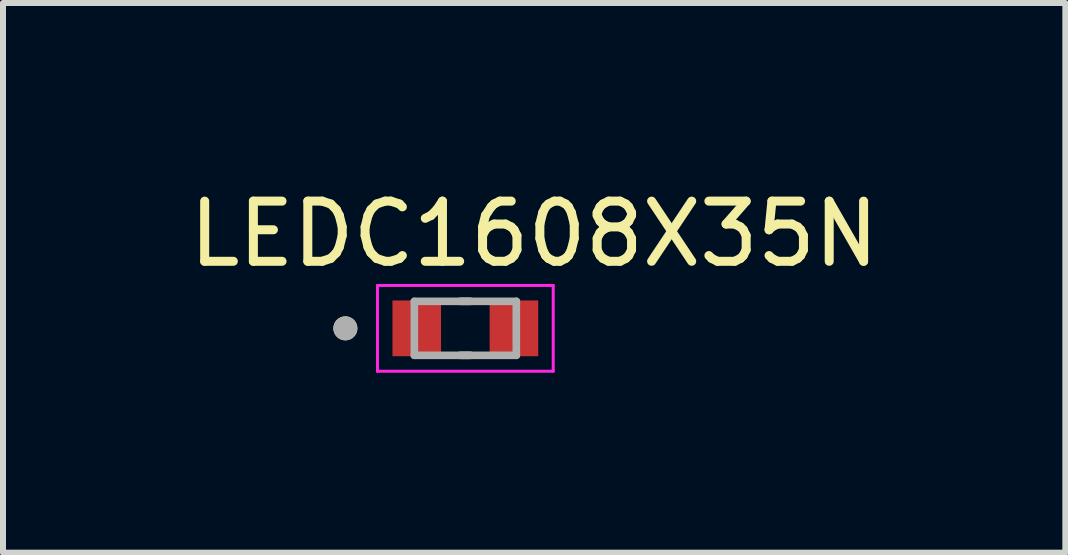
<source format=kicad_pcb>
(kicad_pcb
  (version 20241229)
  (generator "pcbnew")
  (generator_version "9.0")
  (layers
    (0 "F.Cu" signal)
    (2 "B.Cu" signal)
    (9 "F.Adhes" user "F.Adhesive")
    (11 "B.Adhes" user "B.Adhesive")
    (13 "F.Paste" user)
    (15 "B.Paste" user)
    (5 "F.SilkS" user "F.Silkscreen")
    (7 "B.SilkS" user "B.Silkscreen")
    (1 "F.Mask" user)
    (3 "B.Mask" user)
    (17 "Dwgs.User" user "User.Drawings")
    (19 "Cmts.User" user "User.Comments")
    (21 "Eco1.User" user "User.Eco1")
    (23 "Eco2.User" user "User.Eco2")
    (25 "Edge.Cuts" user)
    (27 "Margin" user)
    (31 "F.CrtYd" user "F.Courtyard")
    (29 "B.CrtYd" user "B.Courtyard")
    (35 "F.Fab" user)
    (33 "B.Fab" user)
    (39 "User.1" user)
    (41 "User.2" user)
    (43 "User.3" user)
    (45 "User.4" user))
  (footprint "LEDC1608X35N"
    (layer "F.Cu")
    (at 4.708 2.424)
    (property "Reference" "LEDC1608X35N" (at 1.147 -1.574 0) (layer "F.SilkS") (effects (font (size 1.003 1.003) (thickness 0.15))))
    (attr smd)
    (fp_line (start -0.085 -0.45) (end 0.085 -0.45) (stroke (width 0.127) (type solid)) (layer "F.SilkS"))
    (fp_line (start 0.085 0.45) (end -0.085 0.45) (stroke (width 0.127) (type solid)) (layer "F.SilkS"))
    (fp_circle (center -2 0) (end -1.9 0) (stroke (width 0.2) (type solid)) (fill no) (layer "F.SilkS"))
    (fp_line (start -1.465 -0.715) (end 1.465 -0.715) (stroke (width 0.05) (type solid)) (layer "F.CrtYd"))
    (fp_line (start -1.465 0.715) (end -1.465 -0.715) (stroke (width 0.05) (type solid)) (layer "F.CrtYd"))
    (fp_line (start 1.465 -0.715) (end 1.465 0.715) (stroke (width 0.05) (type solid)) (layer "F.CrtYd"))
    (fp_line (start 1.465 0.715) (end -1.465 0.715) (stroke (width 0.05) (type solid)) (layer "F.CrtYd"))
    (fp_line (start -0.85 -0.45) (end 0.85 -0.45) (stroke (width 0.127) (type solid)) (layer "F.Fab"))
    (fp_line (start -0.85 0.45) (end -0.85 -0.45) (stroke (width 0.127) (type solid)) (layer "F.Fab"))
    (fp_line (start 0.85 -0.45) (end 0.85 0.45) (stroke (width 0.127) (type solid)) (layer "F.Fab"))
    (fp_line (start 0.85 0.45) (end -0.85 0.45) (stroke (width 0.127) (type solid)) (layer "F.Fab"))
    (fp_circle (center -2 0) (end -1.9 0) (stroke (width 0.2) (type solid)) (fill no) (layer "F.Fab"))
    (pad "1" smd rect (at 0.81 0) (size 0.81 0.93) (layers "F.Cu" "F.Mask" "F.Paste"))
    (pad "2" smd rect (at -0.81 0) (size 0.81 0.93) (layers "F.Cu" "F.Mask" "F.Paste")))
  (gr_rect
    (start -3 -3)
    (end 14.711 6.164)
    (stroke (width 0.1) (type default))
    (fill no)
    (layer "Edge.Cuts")))
</source>
